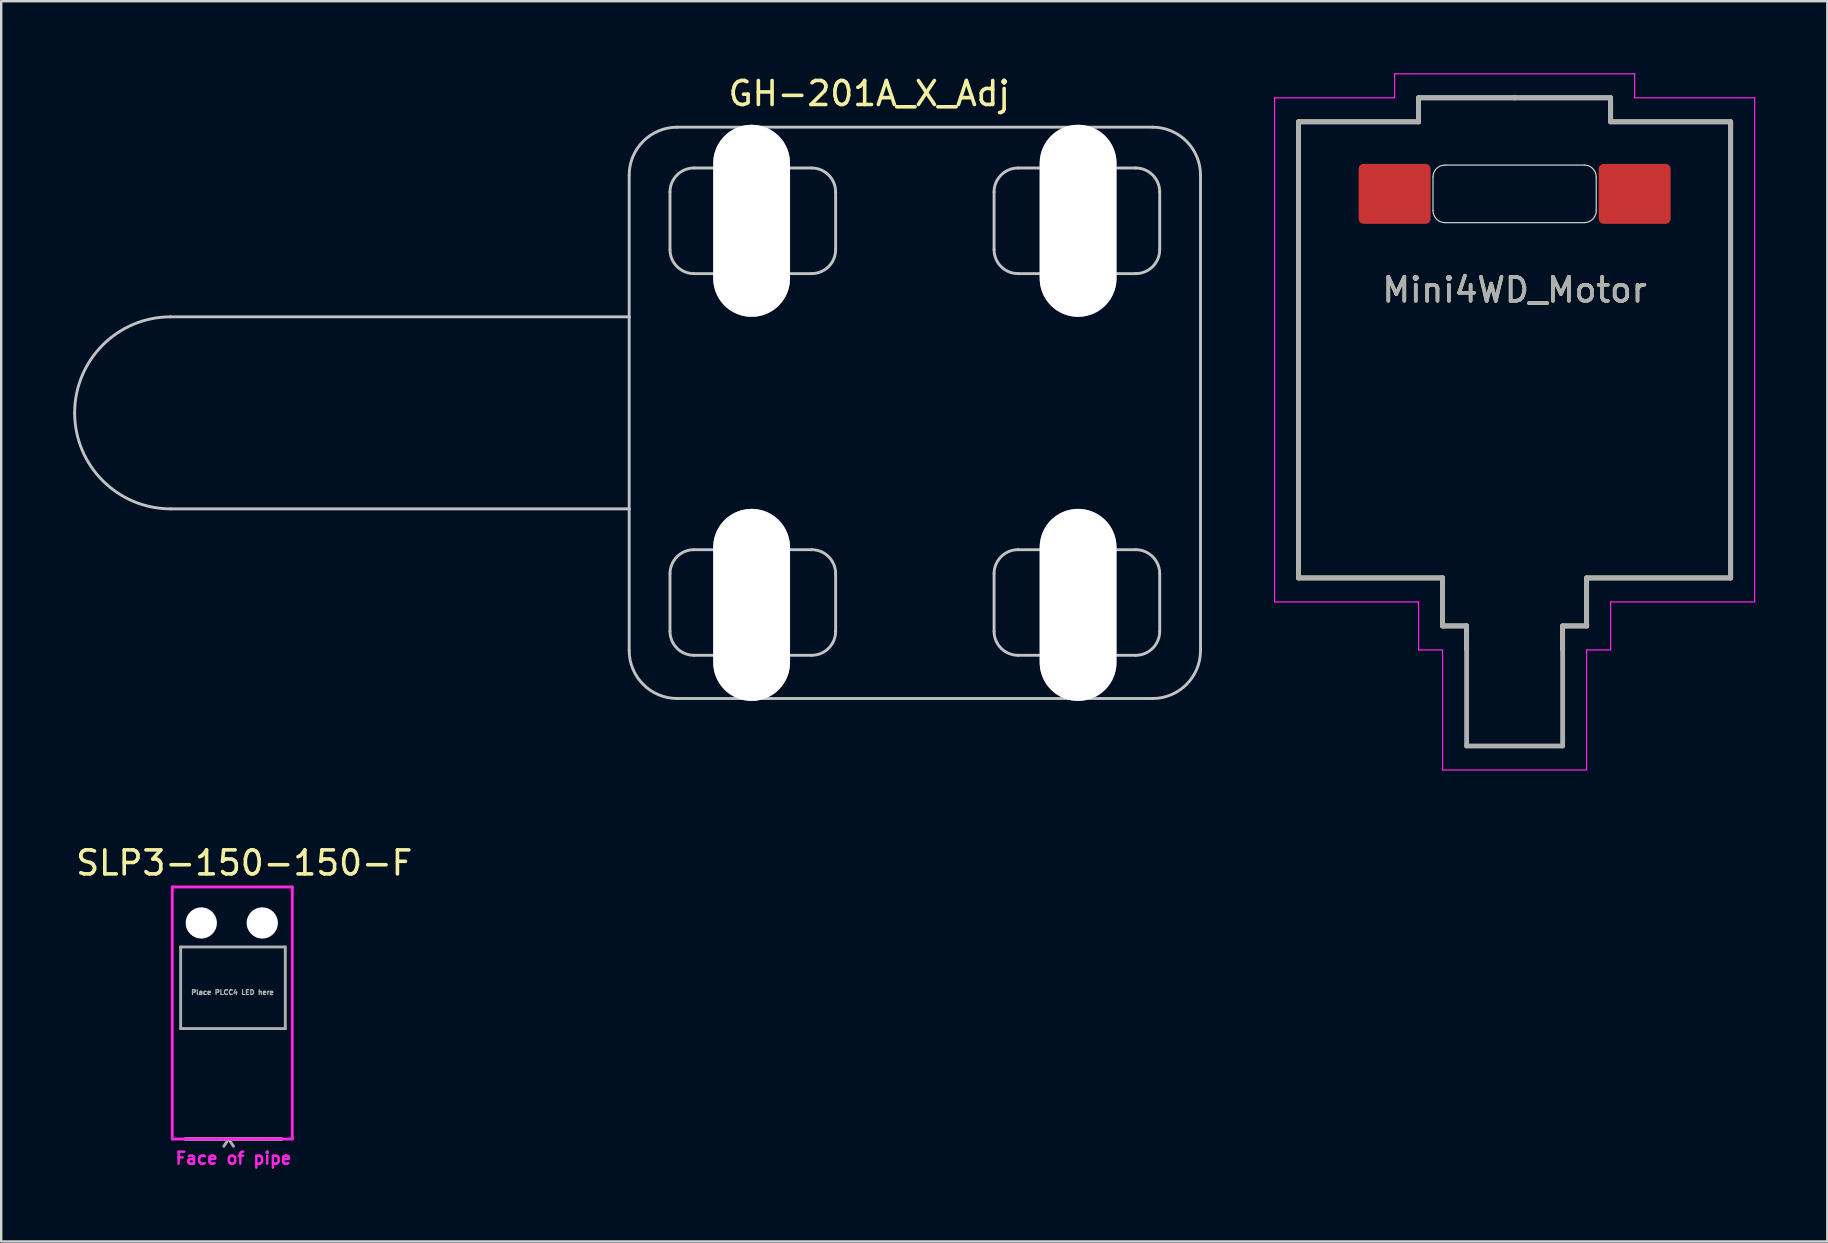
<source format=kicad_pcb>
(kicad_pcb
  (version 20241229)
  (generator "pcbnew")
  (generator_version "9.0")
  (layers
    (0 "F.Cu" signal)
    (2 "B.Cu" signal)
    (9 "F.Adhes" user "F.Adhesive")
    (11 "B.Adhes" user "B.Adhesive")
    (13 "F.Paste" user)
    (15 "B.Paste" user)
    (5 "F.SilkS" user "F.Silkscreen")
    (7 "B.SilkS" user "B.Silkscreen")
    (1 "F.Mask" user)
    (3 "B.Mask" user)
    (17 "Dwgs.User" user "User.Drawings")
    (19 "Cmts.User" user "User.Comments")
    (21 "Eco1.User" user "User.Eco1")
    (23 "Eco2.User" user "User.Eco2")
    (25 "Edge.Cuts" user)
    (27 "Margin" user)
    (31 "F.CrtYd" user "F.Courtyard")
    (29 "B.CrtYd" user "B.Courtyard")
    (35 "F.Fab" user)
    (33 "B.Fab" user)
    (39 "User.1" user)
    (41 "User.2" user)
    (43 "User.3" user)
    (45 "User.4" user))
  (footprint "GH-201A_X_Adj"
    (layer "F.Cu")
    (at 35.06 14.148)
    (property "Reference" "GH-201A_X_Adj" (at -1.9 -13.3 0) (layer "F.SilkS") (effects (font (size 1 1) (thickness 0.15))))
    (attr through_hole)
    (fp_line (start -11.9 -4) (end -31 -4) (stroke (width 0.12) (type solid)) (layer "Dwgs.User"))
    (fp_line (start -11.9 4) (end -31 4) (stroke (width 0.12) (type solid)) (layer "Dwgs.User"))
    (fp_line (start -11.9 9.9) (end -11.9 -9.9) (stroke (width 0.12) (type solid)) (layer "Dwgs.User"))
    (fp_line (start -10.2 -6.8) (end -10.2 -9.2) (stroke (width 0.12) (type solid)) (layer "Dwgs.User"))
    (fp_line (start -10.2 9.1) (end -10.2 6.7) (stroke (width 0.12) (type solid)) (layer "Dwgs.User"))
    (fp_line (start -9.9 -11.9) (end 9.9 -11.9) (stroke (width 0.12) (type solid)) (layer "Dwgs.User"))
    (fp_line (start -9.2 -10.2) (end -4.3 -10.2) (stroke (width 0.12) (type solid)) (layer "Dwgs.User"))
    (fp_line (start -9.2 5.7) (end -4.3 5.7) (stroke (width 0.12) (type solid)) (layer "Dwgs.User"))
    (fp_line (start -4.3 -5.8) (end -9.2 -5.8) (stroke (width 0.12) (type solid)) (layer "Dwgs.User"))
    (fp_line (start -4.3 10.1) (end -9.2 10.1) (stroke (width 0.12) (type solid)) (layer "Dwgs.User"))
    (fp_line (start -3.3 -9.2) (end -3.3 -6.8) (stroke (width 0.12) (type solid)) (layer "Dwgs.User"))
    (fp_line (start -3.3 6.7) (end -3.3 9.1) (stroke (width 0.12) (type solid)) (layer "Dwgs.User"))
    (fp_line (start 3.3 -6.8) (end 3.3 -9.2) (stroke (width 0.12) (type solid)) (layer "Dwgs.User"))
    (fp_line (start 3.3 9.1) (end 3.3 6.7) (stroke (width 0.12) (type solid)) (layer "Dwgs.User"))
    (fp_line (start 4.3 -10.2) (end 9.2 -10.2) (stroke (width 0.12) (type solid)) (layer "Dwgs.User"))
    (fp_line (start 4.3 5.7) (end 9.2 5.7) (stroke (width 0.12) (type solid)) (layer "Dwgs.User"))
    (fp_line (start 9.2 -5.8) (end 4.3 -5.8) (stroke (width 0.12) (type solid)) (layer "Dwgs.User"))
    (fp_line (start 9.2 10.1) (end 4.3 10.1) (stroke (width 0.12) (type solid)) (layer "Dwgs.User"))
    (fp_line (start 9.9 11.9) (end -9.9 11.9) (stroke (width 0.12) (type solid)) (layer "Dwgs.User"))
    (fp_line (start 10.2 -9.2) (end 10.2 -6.8) (stroke (width 0.12) (type solid)) (layer "Dwgs.User"))
    (fp_line (start 10.2 6.7) (end 10.2 9.1) (stroke (width 0.12) (type solid)) (layer "Dwgs.User"))
    (fp_line (start 11.9 -9.9) (end 11.9 9.9) (stroke (width 0.12) (type solid)) (layer "Dwgs.User"))
    (fp_arc (start -35 0) (mid -33.828427 -2.828427) (end -31 -4) (stroke (width 0.12) (type solid)) (layer "Dwgs.User"))
    (fp_arc (start -31 4) (mid -33.828427 2.828427) (end -35 0) (stroke (width 0.12) (type solid)) (layer "Dwgs.User"))
    (fp_arc (start -11.9 -9.9) (mid -11.314214 -11.314214) (end -9.9 -11.9) (stroke (width 0.12) (type solid)) (layer "Dwgs.User"))
    (fp_arc (start -10.2 -9.2) (mid -9.907107 -9.907107) (end -9.2 -10.2) (stroke (width 0.12) (type solid)) (layer "Dwgs.User"))
    (fp_arc (start -10.2 6.7) (mid -9.907107 5.992893) (end -9.2 5.7) (stroke (width 0.12) (type solid)) (layer "Dwgs.User"))
    (fp_arc (start -9.9 11.9) (mid -11.314214 11.314214) (end -11.9 9.9) (stroke (width 0.12) (type solid)) (layer "Dwgs.User"))
    (fp_arc (start -9.2 -5.8) (mid -9.907107 -6.092893) (end -10.2 -6.8) (stroke (width 0.12) (type solid)) (layer "Dwgs.User"))
    (fp_arc (start -9.2 10.1) (mid -9.907107 9.807107) (end -10.2 9.1) (stroke (width 0.12) (type solid)) (layer "Dwgs.User"))
    (fp_arc (start -4.3 -10.2) (mid -3.592893 -9.907107) (end -3.3 -9.2) (stroke (width 0.12) (type solid)) (layer "Dwgs.User"))
    (fp_arc (start -4.3 5.7) (mid -3.592893 5.992893) (end -3.3 6.7) (stroke (width 0.12) (type solid)) (layer "Dwgs.User"))
    (fp_arc (start -3.3 -6.8) (mid -3.592893 -6.092893) (end -4.3 -5.8) (stroke (width 0.12) (type solid)) (layer "Dwgs.User"))
    (fp_arc (start -3.3 9.1) (mid -3.592893 9.807107) (end -4.3 10.1) (stroke (width 0.12) (type solid)) (layer "Dwgs.User"))
    (fp_arc (start 3.3 -9.2) (mid 3.592893 -9.907107) (end 4.3 -10.2) (stroke (width 0.12) (type solid)) (layer "Dwgs.User"))
    (fp_arc (start 3.3 6.7) (mid 3.592893 5.992893) (end 4.3 5.7) (stroke (width 0.12) (type solid)) (layer "Dwgs.User"))
    (fp_arc (start 4.3 -5.8) (mid 3.592893 -6.092893) (end 3.3 -6.8) (stroke (width 0.12) (type solid)) (layer "Dwgs.User"))
    (fp_arc (start 4.3 10.1) (mid 3.592893 9.807107) (end 3.3 9.1) (stroke (width 0.12) (type solid)) (layer "Dwgs.User"))
    (fp_arc (start 9.2 -10.2) (mid 9.907107 -9.907107) (end 10.2 -9.2) (stroke (width 0.12) (type solid)) (layer "Dwgs.User"))
    (fp_arc (start 9.2 5.7) (mid 9.907107 5.992893) (end 10.2 6.7) (stroke (width 0.12) (type solid)) (layer "Dwgs.User"))
    (fp_arc (start 9.9 -11.9) (mid 11.314214 -11.314214) (end 11.9 -9.9) (stroke (width 0.12) (type solid)) (layer "Dwgs.User"))
    (fp_arc (start 10.2 -6.8) (mid 9.907107 -6.092893) (end 9.2 -5.8) (stroke (width 0.12) (type solid)) (layer "Dwgs.User"))
    (fp_arc (start 10.2 9.1) (mid 9.907107 9.807107) (end 9.2 10.1) (stroke (width 0.12) (type solid)) (layer "Dwgs.User"))
    (fp_arc (start 11.9 9.9) (mid 11.314214 11.314214) (end 9.9 11.9) (stroke (width 0.12) (type solid)) (layer "Dwgs.User"))
    (pad "" np_thru_hole roundrect (at -6.8 -8) (size 3.2 8) (drill oval 3.2 8) (layers "*.Cu" "*.Mask") (roundrect_rratio 0.5))
    (pad "" np_thru_hole roundrect (at -6.8 8) (size 3.2 8) (drill oval 3.2 8) (layers "*.Cu" "*.Mask") (roundrect_rratio 0.5))
    (pad "" np_thru_hole roundrect (at 6.8 -8) (size 3.2 8) (drill oval 3.2 8) (layers "*.Cu" "*.Mask") (roundrect_rratio 0.5))
    (pad "" np_thru_hole roundrect (at 6.8 8) (size 3.2 8) (drill oval 3.2 8) (layers "*.Cu" "*.Mask") (roundrect_rratio 0.5)))
  (footprint "Mini4WD_Motor"
    (layer "F.Cu")
    (at 60.045 9.025)
    (property "Reference" "Mini4WD_Motor" (at 0 0 0) (layer "F.SilkS") (effects (font (size 1 1) (thickness 0.15))))
    (attr smd exclude_from_bom dnp)
    (fp_line (start -9 -7) (end -9 12) (stroke (width 0.2) (type solid)) (layer "F.SilkS"))
    (fp_line (start -9 -7) (end -4 -7) (stroke (width 0.2) (type default)) (layer "F.SilkS"))
    (fp_line (start -9 12) (end -3 12) (stroke (width 0.2) (type default)) (layer "F.SilkS"))
    (fp_line (start -4 -8) (end 0 -8) (stroke (width 0.2) (type default)) (layer "F.SilkS"))
    (fp_line (start -4 -7) (end -4 -8) (stroke (width 0.2) (type default)) (layer "F.SilkS"))
    (fp_line (start -3 12) (end -3 14) (stroke (width 0.2) (type default)) (layer "F.SilkS"))
    (fp_line (start -3 14) (end -2 14) (stroke (width 0.2) (type default)) (layer "F.SilkS"))
    (fp_line (start -2 15) (end -2 14) (stroke (width 0.2) (type default)) (layer "F.SilkS"))
    (fp_line (start 2 15) (end 2 14) (stroke (width 0.2) (type default)) (layer "F.SilkS"))
    (fp_line (start 3 12) (end 3 14) (stroke (width 0.2) (type default)) (layer "F.SilkS"))
    (fp_line (start 3 14) (end 2 14) (stroke (width 0.2) (type default)) (layer "F.SilkS"))
    (fp_line (start 4 -8) (end 0 -8) (stroke (width 0.2) (type default)) (layer "F.SilkS"))
    (fp_line (start 4 -7) (end 4 -8) (stroke (width 0.2) (type default)) (layer "F.SilkS"))
    (fp_line (start 9 -7) (end 4 -7) (stroke (width 0.2) (type default)) (layer "F.SilkS"))
    (fp_line (start 9 -7) (end 9 12) (stroke (width 0.2) (type solid)) (layer "F.SilkS"))
    (fp_line (start 9 12) (end 3 12) (stroke (width 0.2) (type default)) (layer "F.SilkS"))
    (fp_line (start -3.4 -3.3) (end -3.4 -4.7) (stroke (width 0.05) (type default)) (layer "Edge.Cuts"))
    (fp_line (start -2.9 -5.2) (end 2.9 -5.2) (stroke (width 0.05) (type default)) (layer "Edge.Cuts"))
    (fp_line (start -2.9 -2.8) (end 2.9 -2.8) (stroke (width 0.05) (type default)) (layer "Edge.Cuts"))
    (fp_line (start 3.4 -3.3) (end 3.4 -4.7) (stroke (width 0.05) (type default)) (layer "Edge.Cuts"))
    (fp_arc (start -3.4 -4.7) (mid -3.253553 -5.053553) (end -2.9 -5.2) (stroke (width 0.05) (type default)) (layer "Edge.Cuts"))
    (fp_arc (start -2.9 -2.8) (mid -3.253553 -2.946447) (end -3.4 -3.3) (stroke (width 0.05) (type default)) (layer "Edge.Cuts"))
    (fp_arc (start 2.9 -5.2) (mid 3.253553 -5.053553) (end 3.4 -4.7) (stroke (width 0.05) (type default)) (layer "Edge.Cuts"))
    (fp_arc (start 3.4 -3.3) (mid 3.253553 -2.946447) (end 2.9 -2.8) (stroke (width 0.05) (type default)) (layer "Edge.Cuts"))
    (fp_line (start -10 -8) (end -10 13) (stroke (width 0.05) (type default)) (layer "F.CrtYd"))
    (fp_line (start -10 13) (end -4 13) (stroke (width 0.05) (type default)) (layer "F.CrtYd"))
    (fp_line (start -5 -9) (end -5 -8) (stroke (width 0.05) (type default)) (layer "F.CrtYd"))
    (fp_line (start -5 -8) (end -10 -8) (stroke (width 0.05) (type default)) (layer "F.CrtYd"))
    (fp_line (start -4 13) (end -4 15) (stroke (width 0.05) (type default)) (layer "F.CrtYd"))
    (fp_line (start -4 15) (end -3 15) (stroke (width 0.05) (type default)) (layer "F.CrtYd"))
    (fp_line (start -3 15) (end -3 20) (stroke (width 0.05) (type default)) (layer "F.CrtYd"))
    (fp_line (start -3 20) (end 3 20) (stroke (width 0.05) (type default)) (layer "F.CrtYd"))
    (fp_line (start 3 15) (end 4 15) (stroke (width 0.05) (type default)) (layer "F.CrtYd"))
    (fp_line (start 3 20) (end 3 15) (stroke (width 0.05) (type default)) (layer "F.CrtYd"))
    (fp_line (start 4 13) (end 10 13) (stroke (width 0.05) (type default)) (layer "F.CrtYd"))
    (fp_line (start 4 15) (end 4 13) (stroke (width 0.05) (type default)) (layer "F.CrtYd"))
    (fp_line (start 5 -9) (end -5 -9) (stroke (width 0.05) (type default)) (layer "F.CrtYd"))
    (fp_line (start 5 -8) (end 5 -9) (stroke (width 0.05) (type default)) (layer "F.CrtYd"))
    (fp_line (start 10 -8) (end 5 -8) (stroke (width 0.05) (type default)) (layer "F.CrtYd"))
    (fp_line (start 10 13) (end 10 -8) (stroke (width 0.05) (type default)) (layer "F.CrtYd"))
    (fp_line (start -9 -7) (end -9 12) (stroke (width 0.2) (type solid)) (layer "F.Fab"))
    (fp_line (start -9 -7) (end -4 -7) (stroke (width 0.2) (type default)) (layer "F.Fab"))
    (fp_line (start -9 12) (end -3 12) (stroke (width 0.2) (type default)) (layer "F.Fab"))
    (fp_line (start -4 -8) (end 0 -8) (stroke (width 0.2) (type default)) (layer "F.Fab"))
    (fp_line (start -4 -7) (end -4 -8) (stroke (width 0.2) (type default)) (layer "F.Fab"))
    (fp_line (start -3 12) (end -3 14) (stroke (width 0.2) (type default)) (layer "F.Fab"))
    (fp_line (start -3 14) (end -2 14) (stroke (width 0.2) (type default)) (layer "F.Fab"))
    (fp_line (start -2 19) (end -2 14) (stroke (width 0.2) (type default)) (layer "F.Fab"))
    (fp_line (start -2 19) (end 2 19) (stroke (width 0.2) (type default)) (layer "F.Fab"))
    (fp_line (start 2 19) (end 2 14) (stroke (width 0.2) (type default)) (layer "F.Fab"))
    (fp_line (start 3 12) (end 3 14) (stroke (width 0.2) (type default)) (layer "F.Fab"))
    (fp_line (start 3 14) (end 2 14) (stroke (width 0.2) (type default)) (layer "F.Fab"))
    (fp_line (start 4 -8) (end 0 -8) (stroke (width 0.2) (type default)) (layer "F.Fab"))
    (fp_line (start 4 -7) (end 4 -8) (stroke (width 0.2) (type default)) (layer "F.Fab"))
    (fp_line (start 9 -7) (end 4 -7) (stroke (width 0.2) (type default)) (layer "F.Fab"))
    (fp_line (start 9 -7) (end 9 12) (stroke (width 0.2) (type solid)) (layer "F.Fab"))
    (fp_line (start 9 12) (end 3 12) (stroke (width 0.2) (type default)) (layer "F.Fab"))
    (fp_text user "${REFERENCE}" (at 0 0 0) (layer "F.Fab") (effects (font (size 1 1) (thickness 0.15))))
    (pad "1" smd roundrect (at -5 -4) (size 3 2.5) (layers "F.Cu" "F.Mask" "F.Paste") (roundrect_rratio 0.083))
    (pad "2" smd roundrect (at 5 -4) (size 3 2.5) (layers "F.Cu" "F.Mask" "F.Paste") (roundrect_rratio 0.083)))
  (footprint "SLP3-150-150-F"
    (layer "F.Cu")
    (at 6.402 38.283)
    (property "Reference" "SLP3-150-150-F" (at 0.723 -5.385 0) (layer "F.SilkS") (effects (font (size 1 1) (thickness 0.15))))
    (attr through_hole)
    (fp_line (start -2.277 -4.385) (end -2.277 6.115) (stroke (width 0.12) (type solid)) (layer "F.CrtYd"))
    (fp_line (start -2.277 -4.385) (end 2.723 -4.385) (stroke (width 0.12) (type solid)) (layer "F.CrtYd"))
    (fp_line (start 2.723 -4.385) (end 2.723 6.115) (stroke (width 0.12) (type solid)) (layer "F.CrtYd"))
    (fp_line (start 2.723 6.115) (end -2.277 6.115) (stroke (width 0.12) (type solid)) (layer "F.CrtYd"))
    (fp_line (start -1.927 -1.885) (end 2.423 -1.885) (stroke (width 0.12) (type solid)) (layer "F.Fab"))
    (fp_line (start -1.927 1.515) (end -1.927 -1.885) (stroke (width 0.12) (type solid)) (layer "F.Fab"))
    (fp_line (start -1.927 1.515) (end 2.433 1.515) (stroke (width 0.12) (type solid)) (layer "F.Fab"))
    (fp_line (start 0.073 6.115) (end -0.127 6.415) (stroke (width 0.12) (type solid)) (layer "F.Fab"))
    (fp_line (start 0.073 6.115) (end 0.273 6.415) (stroke (width 0.12) (type solid)) (layer "F.Fab"))
    (fp_line (start 2.273 6.115) (end -1.727 6.115) (stroke (width 0.15) (type solid)) (layer "F.Fab"))
    (fp_line (start 2.433 -1.885) (end 2.433 1.515) (stroke (width 0.12) (type solid)) (layer "F.Fab"))
    (fp_text user "Face of pipe" (at 0.273 6.915 0) (layer "F.CrtYd") (effects (font (size 0.5 0.5) (thickness 0.1))))
    (fp_text user "Place PLCC4 LED here" (at 0.233 0.005 0) (layer "F.Fab") (effects (font (size 0.2 0.2) (thickness 0.05))))
    (pad "" np_thru_hole circle (at -1.067 -2.885) (size 1.3 1.3) (drill 1.3) (layers "*.Cu" "*.Mask"))
    (pad "" np_thru_hole circle (at 1.473 -2.885) (size 1.3 1.3) (drill 1.3) (layers "*.Cu" "*.Mask")))
  (gr_rect
    (start -3 -3)
    (end 73.07 48.666)
    (stroke (width 0.1) (type default))
    (fill no)
    (layer "Edge.Cuts")))
</source>
